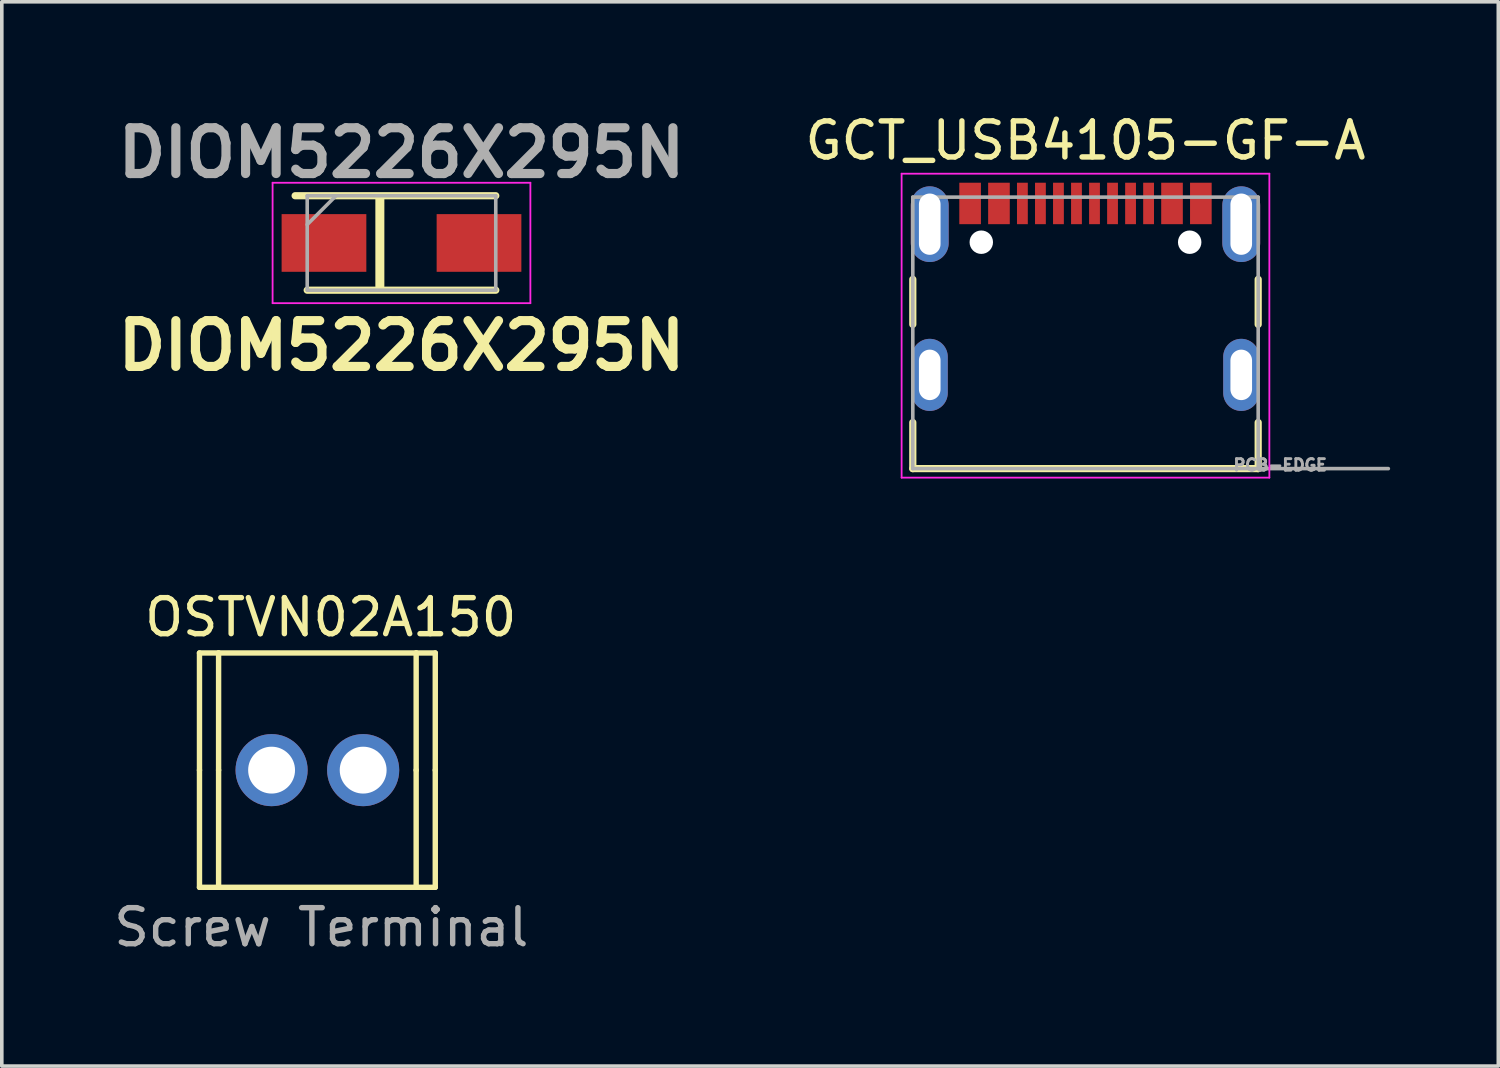
<source format=kicad_pcb>
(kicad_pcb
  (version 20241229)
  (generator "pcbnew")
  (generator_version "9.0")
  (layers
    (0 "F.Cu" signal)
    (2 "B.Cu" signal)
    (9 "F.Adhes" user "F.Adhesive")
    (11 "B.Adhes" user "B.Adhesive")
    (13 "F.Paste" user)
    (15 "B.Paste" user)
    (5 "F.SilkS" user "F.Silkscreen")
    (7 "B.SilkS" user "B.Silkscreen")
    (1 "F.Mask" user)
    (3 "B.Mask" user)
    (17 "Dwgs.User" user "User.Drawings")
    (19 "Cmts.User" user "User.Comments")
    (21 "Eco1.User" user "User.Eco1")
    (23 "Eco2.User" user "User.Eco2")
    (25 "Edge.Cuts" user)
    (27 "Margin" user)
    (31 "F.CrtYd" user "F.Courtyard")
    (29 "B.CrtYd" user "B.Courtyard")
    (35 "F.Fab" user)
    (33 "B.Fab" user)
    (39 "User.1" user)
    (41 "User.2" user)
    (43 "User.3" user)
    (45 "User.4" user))
  (footprint "OSTVN02A150"
    (layer "F.Cu")
    (at 7.023 18.311)
    (property "Reference" "OSTVN02A150" (at -0.9 -4.24 0) (unlocked yes) (layer "F.SilkS") (effects (font (size 1 1) (thickness 0.15))))
    (attr smd)
    (fp_line (start -4.54 -3.25) (end -4.01 -3.25) (stroke (width 0.15) (type solid)) (layer "F.SilkS"))
    (fp_line (start -4.54 0) (end -4.54 -3.25) (stroke (width 0.15) (type solid)) (layer "F.SilkS"))
    (fp_line (start -4.54 0) (end -4.54 3.25) (stroke (width 0.15) (type solid)) (layer "F.SilkS"))
    (fp_line (start -4.54 3.25) (end -4.01 3.25) (stroke (width 0.15) (type solid)) (layer "F.SilkS"))
    (fp_line (start -4.01 -3.25) (end 1.47 -3.25) (stroke (width 0.15) (type solid)) (layer "F.SilkS"))
    (fp_line (start -4.01 0) (end -4.01 -3.25) (stroke (width 0.15) (type solid)) (layer "F.SilkS"))
    (fp_line (start -4.01 0) (end -4.01 3.25) (stroke (width 0.15) (type solid)) (layer "F.SilkS"))
    (fp_line (start 1.47 -3.25) (end 1.47 0) (stroke (width 0.15) (type solid)) (layer "F.SilkS"))
    (fp_line (start 1.47 0) (end 1.47 3.25) (stroke (width 0.15) (type solid)) (layer "F.SilkS"))
    (fp_line (start 1.47 3.25) (end -4.01 3.25) (stroke (width 0.15) (type solid)) (layer "F.SilkS"))
    (fp_line (start 2 -3.25) (end 1.47 -3.25) (stroke (width 0.15) (type solid)) (layer "F.SilkS"))
    (fp_line (start 2 0) (end 2 -3.25) (stroke (width 0.15) (type solid)) (layer "F.SilkS"))
    (fp_line (start 2 0) (end 2 3.25) (stroke (width 0.15) (type solid)) (layer "F.SilkS"))
    (fp_line (start 2 3.25) (end 1.47 3.25) (stroke (width 0.15) (type solid)) (layer "F.SilkS"))
    (fp_text user "Screw Terminal" (at -1.16 4.36 0) (unlocked yes) (layer "F.Fab") (effects (font (size 1 1) (thickness 0.15))))
    (pad "1" thru_hole circle (at -2.54 0) (size 2 2) (drill 1.3) (layers "*.Cu" "*.Mask"))
    (pad "2" thru_hole circle (at 0 0) (size 2 2) (drill 1.3) (layers "*.Cu" "*.Mask")))
  (footprint "GCT_USB4105-GF-A"
    (layer "F.Cu")
    (at 27.058 7.348)
    (property "Reference" "GCT_USB4105-GF-A" (at 0 -6.5 0) (layer "F.SilkS") (effects (font (size 1 1) (thickness 0.15))))
    (attr through_hole)
    (fp_line (start -4.79 -2.65) (end -4.79 -1.4) (stroke (width 0.2) (type solid)) (layer "F.SilkS"))
    (fp_line (start -4.79 1.32) (end -4.79 2.6) (stroke (width 0.2) (type solid)) (layer "F.SilkS"))
    (fp_line (start -4.79 2.6) (end 4.79 2.6) (stroke (width 0.2) (type solid)) (layer "F.SilkS"))
    (fp_line (start 4.79 -2.65) (end 4.79 -1.4) (stroke (width 0.2) (type solid)) (layer "F.SilkS"))
    (fp_line (start 4.79 2.6) (end 4.79 1.32) (stroke (width 0.2) (type solid)) (layer "F.SilkS"))
    (fp_line (start -5.1 -5.58) (end -5.1 2.85) (stroke (width 0.05) (type solid)) (layer "F.CrtYd"))
    (fp_line (start -5.1 2.85) (end 5.1 2.85) (stroke (width 0.05) (type solid)) (layer "F.CrtYd"))
    (fp_line (start 5.1 -5.58) (end -5.1 -5.58) (stroke (width 0.05) (type solid)) (layer "F.CrtYd"))
    (fp_line (start 5.1 2.85) (end 5.1 -5.58) (stroke (width 0.05) (type solid)) (layer "F.CrtYd"))
    (fp_line (start -4.79 -4.93) (end 4.79 -4.93) (stroke (width 0.1) (type solid)) (layer "F.Fab"))
    (fp_line (start -4.79 2.6) (end -4.79 -4.93) (stroke (width 0.1) (type solid)) (layer "F.Fab"))
    (fp_line (start 4.79 -4.93) (end 4.79 2.6) (stroke (width 0.1) (type solid)) (layer "F.Fab"))
    (fp_line (start 4.79 2.6) (end -4.79 2.6) (stroke (width 0.1) (type solid)) (layer "F.Fab"))
    (fp_line (start 4.8 2.6) (end 8.4 2.6) (stroke (width 0.1) (type solid)) (layer "F.Fab"))
    (fp_text user "PCB-EDGE" (at 5.4 2.5 0) (layer "F.Fab") (effects (font (size 0.32 0.32) (thickness 0.15))))
    (pad "" np_thru_hole circle (at -2.89 -3.68) (size 0.65 0.65) (drill 0.65) (layers "*.Cu" "*.Mask"))
    (pad "" np_thru_hole circle (at 2.89 -3.68) (size 0.65 0.65) (drill 0.65) (layers "*.Cu" "*.Mask"))
    (pad "A1_B12" smd rect (at -3.2 -4.755) (size 0.6 1.15) (layers "F.Cu" "F.Mask" "F.Paste"))
    (pad "A4_B9" smd rect (at -2.4 -4.755) (size 0.6 1.15) (layers "F.Cu" "F.Mask" "F.Paste"))
    (pad "A5" smd rect (at -1.25 -4.755) (size 0.3 1.15) (layers "F.Cu" "F.Mask" "F.Paste"))
    (pad "A6" smd rect (at -0.25 -4.755) (size 0.3 1.15) (layers "F.Cu" "F.Mask" "F.Paste"))
    (pad "A7" smd rect (at 0.25 -4.755) (size 0.3 1.15) (layers "F.Cu" "F.Mask" "F.Paste"))
    (pad "A8" smd rect (at 1.25 -4.755) (size 0.3 1.15) (layers "F.Cu" "F.Mask" "F.Paste"))
    (pad "B1_A12" smd rect (at 3.2 -4.755) (size 0.6 1.15) (layers "F.Cu" "F.Mask" "F.Paste"))
    (pad "B4_A9" smd rect (at 2.4 -4.755) (size 0.6 1.15) (layers "F.Cu" "F.Mask" "F.Paste"))
    (pad "B5" smd rect (at 1.75 -4.755) (size 0.3 1.15) (layers "F.Cu" "F.Mask" "F.Paste"))
    (pad "B6" smd rect (at 0.75 -4.755) (size 0.3 1.15) (layers "F.Cu" "F.Mask" "F.Paste"))
    (pad "B7" smd rect (at -0.75 -4.755) (size 0.3 1.15) (layers "F.Cu" "F.Mask" "F.Paste"))
    (pad "B8" smd rect (at -1.75 -4.755) (size 0.3 1.15) (layers "F.Cu" "F.Mask" "F.Paste"))
    (pad "S1" thru_hole oval (at -4.32 -4.18) (size 1.05 2.1) (drill oval 0.6 1.7) (layers "*.Cu" "*.Mask"))
    (pad "S2" thru_hole oval (at -4.32 0) (size 1 2) (drill oval 0.6 1.4) (layers "*.Cu" "*.Mask"))
    (pad "S3" thru_hole oval (at 4.32 0) (size 1 2) (drill oval 0.6 1.4) (layers "*.Cu" "*.Mask"))
    (pad "S4" thru_hole oval (at 4.32 -4.18) (size 1.05 2.1) (drill oval 0.6 1.7) (layers "*.Cu" "*.Mask")))
  (footprint "DIOM5226X295N"
    (layer "F.Cu")
    (at 8.086 3.689)
    (property "Reference" "DIOM5226X295N" (at 0 2.85 0) (layer "F.SilkS") (effects (font (size 1.27 1.27) (thickness 0.254))))
    (attr smd)
    (fp_line (start -2.615 1.31) (end 2.615 1.31) (stroke (width 0.2) (type solid)) (layer "F.SilkS"))
    (fp_line (start 2.615 -1.31) (end -2.95 -1.31) (stroke (width 0.2) (type solid)) (layer "F.SilkS"))
    (fp_rect (start -0.65 -1.25) (end -0.55 1.2) (stroke (width 0.15) (type solid)) (fill no) (layer "F.SilkS"))
    (fp_line (start -3.575 -1.67) (end 3.575 -1.67) (stroke (width 0.05) (type solid)) (layer "F.CrtYd"))
    (fp_line (start -3.575 1.67) (end -3.575 -1.67) (stroke (width 0.05) (type solid)) (layer "F.CrtYd"))
    (fp_line (start 3.575 -1.67) (end 3.575 1.67) (stroke (width 0.05) (type solid)) (layer "F.CrtYd"))
    (fp_line (start 3.575 1.67) (end -3.575 1.67) (stroke (width 0.05) (type solid)) (layer "F.CrtYd"))
    (fp_line (start -2.615 -1.31) (end 2.615 -1.31) (stroke (width 0.1) (type solid)) (layer "F.Fab"))
    (fp_line (start -2.615 -0.51) (end -1.815 -1.31) (stroke (width 0.1) (type solid)) (layer "F.Fab"))
    (fp_line (start -2.615 1.31) (end -2.615 -1.31) (stroke (width 0.1) (type solid)) (layer "F.Fab"))
    (fp_line (start 2.615 -1.31) (end 2.615 1.31) (stroke (width 0.1) (type solid)) (layer "F.Fab"))
    (fp_line (start 2.615 1.31) (end -2.615 1.31) (stroke (width 0.1) (type solid)) (layer "F.Fab"))
    (fp_text user "${REFERENCE}" (at 0 -2.5 0) (layer "F.Fab") (effects (font (size 1.27 1.27) (thickness 0.254))))
    (pad "1" smd rect (at -2.15 0 90) (size 1.6 2.35) (layers "F.Cu" "F.Mask" "F.Paste"))
    (pad "2" smd rect (at 2.15 0 90) (size 1.6 2.35) (layers "F.Cu" "F.Mask" "F.Paste")))
  (gr_rect
    (start -3 -3)
    (end 38.508 26.52)
    (stroke (width 0.1) (type default))
    (fill no)
    (layer "Edge.Cuts")))
</source>
